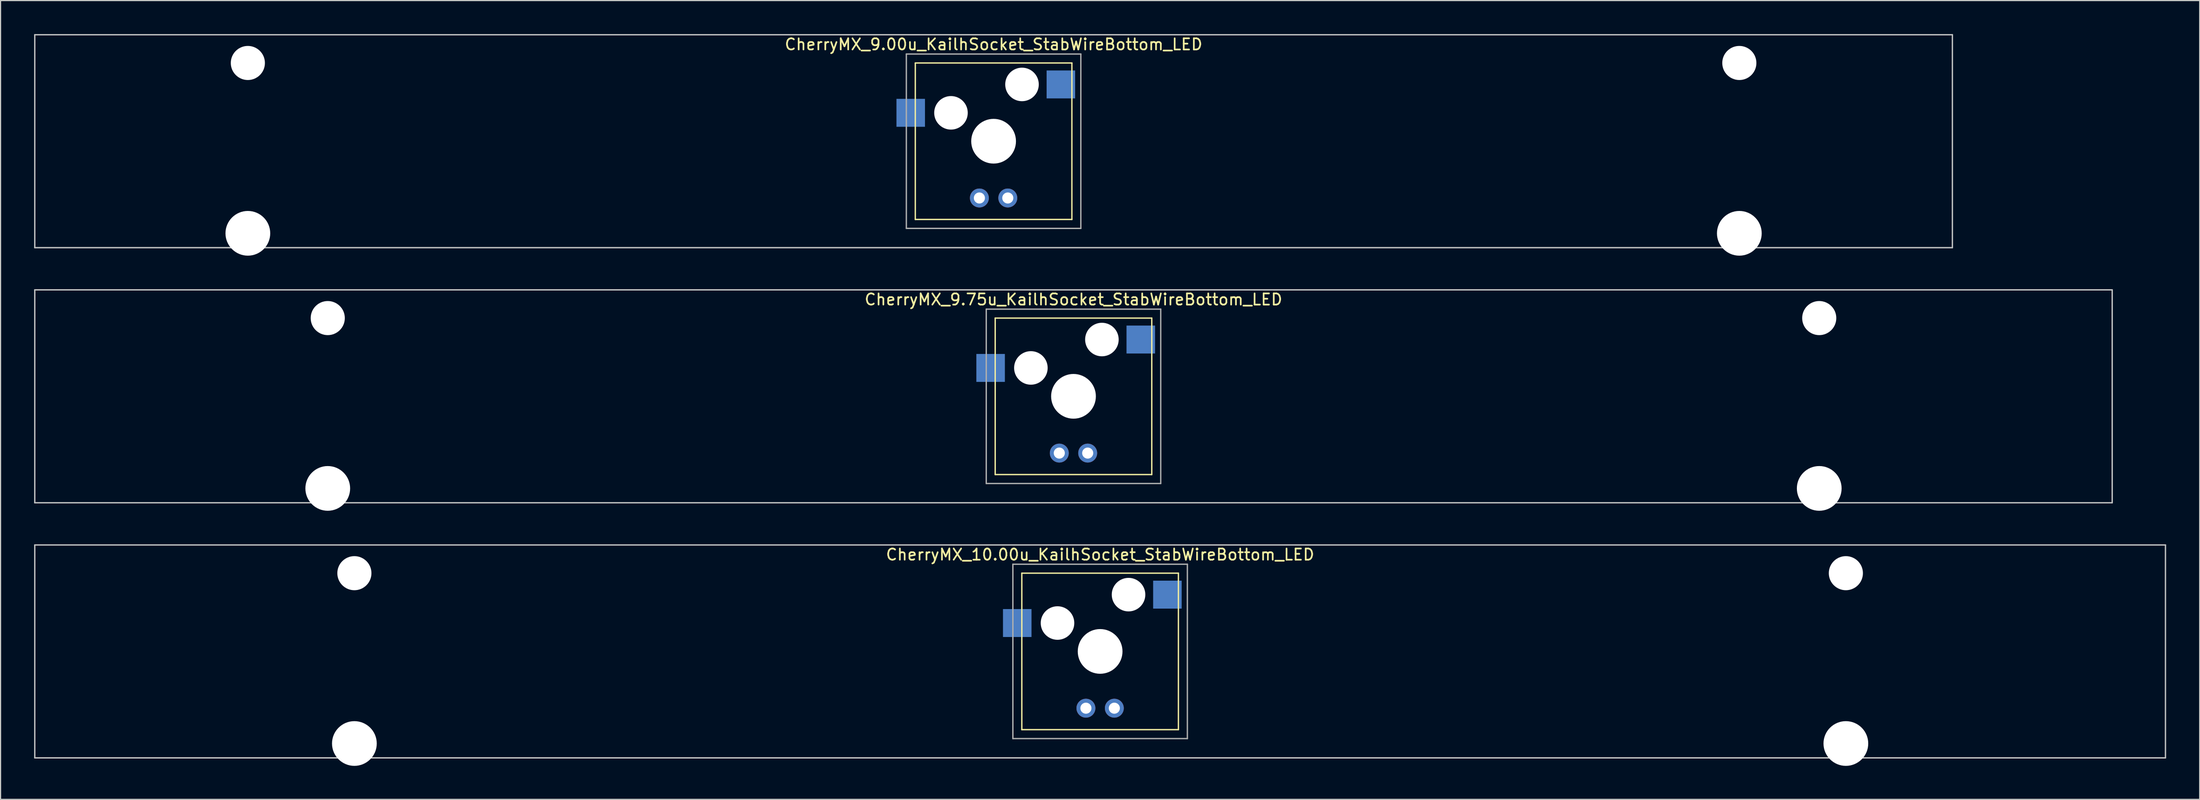
<source format=kicad_pcb>
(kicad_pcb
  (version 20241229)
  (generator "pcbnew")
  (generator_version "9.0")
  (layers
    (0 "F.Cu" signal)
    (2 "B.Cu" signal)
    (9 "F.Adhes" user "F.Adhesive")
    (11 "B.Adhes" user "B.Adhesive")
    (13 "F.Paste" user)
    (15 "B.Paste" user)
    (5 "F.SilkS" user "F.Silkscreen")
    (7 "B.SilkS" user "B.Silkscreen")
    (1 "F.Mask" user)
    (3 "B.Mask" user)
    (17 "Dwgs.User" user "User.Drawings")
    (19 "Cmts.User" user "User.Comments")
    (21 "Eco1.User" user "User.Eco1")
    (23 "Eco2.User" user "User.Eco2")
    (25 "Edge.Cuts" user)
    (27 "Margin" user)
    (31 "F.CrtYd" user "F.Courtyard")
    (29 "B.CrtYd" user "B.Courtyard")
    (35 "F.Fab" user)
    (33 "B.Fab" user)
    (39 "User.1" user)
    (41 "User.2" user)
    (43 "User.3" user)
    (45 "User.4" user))
  (footprint "CherryMX_10.00u_KailhSocket_StabWireBottom_LED"
    (layer "F.Cu")
    (at 95.31 55.235)
    (property "Reference" "CherryMX_10.00u_KailhSocket_StabWireBottom_LED" (at 0 -8.662 0) (layer "F.SilkS") (effects (font (size 1 1) (thickness 0.15))))
    (attr through_hole)
    (fp_line (start -7 -7) (end -7 7) (stroke (width 0.12) (type solid)) (layer "F.SilkS"))
    (fp_line (start -7 -7) (end 7 -7) (stroke (width 0.12) (type solid)) (layer "F.SilkS"))
    (fp_line (start 7 -7) (end 7 7) (stroke (width 0.12) (type solid)) (layer "F.SilkS"))
    (fp_line (start 7 7) (end -7 7) (stroke (width 0.12) (type solid)) (layer "F.SilkS"))
    (fp_line (start -95.25 -9.525) (end 95.25 -9.525) (stroke (width 0.12) (type solid)) (layer "Dwgs.User"))
    (fp_line (start -95.25 9.525) (end -95.25 -9.525) (stroke (width 0.12) (type solid)) (layer "Dwgs.User"))
    (fp_line (start 95.25 -9.525) (end 95.25 9.525) (stroke (width 0.12) (type solid)) (layer "Dwgs.User"))
    (fp_line (start 95.25 9.525) (end -95.25 9.525) (stroke (width 0.12) (type solid)) (layer "Dwgs.User"))
    (fp_line (start -7.8 -7.8) (end -7.8 7.8) (stroke (width 0.12) (type solid)) (layer "F.Fab"))
    (fp_line (start -7.8 -7.8) (end 7.8 -7.8) (stroke (width 0.12) (type solid)) (layer "F.Fab"))
    (fp_line (start -7.8 7.8) (end 7.8 7.8) (stroke (width 0.12) (type solid)) (layer "F.Fab"))
    (fp_line (start 7.8 -7.8) (end 7.8 7.8) (stroke (width 0.12) (type solid)) (layer "F.Fab"))
    (pad "" np_thru_hole circle (at -66.675 -7) (size 3.05 3.05) (drill 3.05) (layers "*.Cu" "*.Mask"))
    (pad "" np_thru_hole circle (at -66.675 8.24) (size 4 4) (drill 4) (layers "*.Cu" "*.Mask"))
    (pad "" np_thru_hole circle (at -3.81 -2.54) (size 3 3) (drill 3) (layers "*.Cu" "*.Mask"))
    (pad "" np_thru_hole circle (at 0 0) (size 4 4) (drill 4) (layers "*.Cu" "*.Mask"))
    (pad "" np_thru_hole circle (at 2.54 -5.08) (size 3 3) (drill 3) (layers "*.Cu" "*.Mask"))
    (pad "" np_thru_hole circle (at 66.675 -7) (size 3.05 3.05) (drill 3.05) (layers "*.Cu" "*.Mask"))
    (pad "" np_thru_hole circle (at 66.675 8.24) (size 4 4) (drill 4) (layers "*.Cu" "*.Mask"))
    (pad "1" smd rect (at -7.41 -2.54) (size 2.55 2.5) (layers "B.Cu" "B.Mask" "B.Paste"))
    (pad "2" smd rect (at 6.015 -5.08) (size 2.55 2.5) (layers "B.Cu" "B.Mask" "B.Paste"))
    (pad "3" thru_hole circle (at -1.27 5.08) (size 1.691 1.691) (drill 0.991) (layers "*.Cu" "*.Mask"))
    (pad "4" thru_hole circle (at 1.27 5.08) (size 1.691 1.691) (drill 0.991) (layers "*.Cu" "*.Mask")))
  (footprint "CherryMX_9.75u_KailhSocket_StabWireBottom_LED"
    (layer "F.Cu")
    (at 92.929 32.41)
    (property "Reference" "CherryMX_9.75u_KailhSocket_StabWireBottom_LED" (at 0 -8.662 0) (layer "F.SilkS") (effects (font (size 1 1) (thickness 0.15))))
    (attr through_hole)
    (fp_line (start -7 -7) (end -7 7) (stroke (width 0.12) (type solid)) (layer "F.SilkS"))
    (fp_line (start -7 -7) (end 7 -7) (stroke (width 0.12) (type solid)) (layer "F.SilkS"))
    (fp_line (start 7 -7) (end 7 7) (stroke (width 0.12) (type solid)) (layer "F.SilkS"))
    (fp_line (start 7 7) (end -7 7) (stroke (width 0.12) (type solid)) (layer "F.SilkS"))
    (fp_line (start -92.869 -9.525) (end 92.869 -9.525) (stroke (width 0.12) (type solid)) (layer "Dwgs.User"))
    (fp_line (start -92.869 9.525) (end -92.869 -9.525) (stroke (width 0.12) (type solid)) (layer "Dwgs.User"))
    (fp_line (start 92.869 -9.525) (end 92.869 9.525) (stroke (width 0.12) (type solid)) (layer "Dwgs.User"))
    (fp_line (start 92.869 9.525) (end -92.869 9.525) (stroke (width 0.12) (type solid)) (layer "Dwgs.User"))
    (fp_line (start -7.8 -7.8) (end -7.8 7.8) (stroke (width 0.12) (type solid)) (layer "F.Fab"))
    (fp_line (start -7.8 -7.8) (end 7.8 -7.8) (stroke (width 0.12) (type solid)) (layer "F.Fab"))
    (fp_line (start -7.8 7.8) (end 7.8 7.8) (stroke (width 0.12) (type solid)) (layer "F.Fab"))
    (fp_line (start 7.8 -7.8) (end 7.8 7.8) (stroke (width 0.12) (type solid)) (layer "F.Fab"))
    (pad "" np_thru_hole circle (at -66.675 -7) (size 3.05 3.05) (drill 3.05) (layers "*.Cu" "*.Mask"))
    (pad "" np_thru_hole circle (at -66.675 8.24) (size 4 4) (drill 4) (layers "*.Cu" "*.Mask"))
    (pad "" np_thru_hole circle (at -3.81 -2.54) (size 3 3) (drill 3) (layers "*.Cu" "*.Mask"))
    (pad "" np_thru_hole circle (at 0 0) (size 4 4) (drill 4) (layers "*.Cu" "*.Mask"))
    (pad "" np_thru_hole circle (at 2.54 -5.08) (size 3 3) (drill 3) (layers "*.Cu" "*.Mask"))
    (pad "" np_thru_hole circle (at 66.675 -7) (size 3.05 3.05) (drill 3.05) (layers "*.Cu" "*.Mask"))
    (pad "" np_thru_hole circle (at 66.675 8.24) (size 4 4) (drill 4) (layers "*.Cu" "*.Mask"))
    (pad "1" smd rect (at -7.41 -2.54) (size 2.55 2.5) (layers "B.Cu" "B.Mask" "B.Paste"))
    (pad "2" smd rect (at 6.015 -5.08) (size 2.55 2.5) (layers "B.Cu" "B.Mask" "B.Paste"))
    (pad "3" thru_hole circle (at -1.27 5.08) (size 1.691 1.691) (drill 0.991) (layers "*.Cu" "*.Mask"))
    (pad "4" thru_hole circle (at 1.27 5.08) (size 1.691 1.691) (drill 0.991) (layers "*.Cu" "*.Mask")))
  (footprint "CherryMX_9.00u_KailhSocket_StabWireBottom_LED"
    (layer "F.Cu")
    (at 85.785 9.585)
    (property "Reference" "CherryMX_9.00u_KailhSocket_StabWireBottom_LED" (at 0 -8.662 0) (layer "F.SilkS") (effects (font (size 1 1) (thickness 0.15))))
    (attr through_hole)
    (fp_line (start -7 -7) (end -7 7) (stroke (width 0.12) (type solid)) (layer "F.SilkS"))
    (fp_line (start -7 -7) (end 7 -7) (stroke (width 0.12) (type solid)) (layer "F.SilkS"))
    (fp_line (start 7 -7) (end 7 7) (stroke (width 0.12) (type solid)) (layer "F.SilkS"))
    (fp_line (start 7 7) (end -7 7) (stroke (width 0.12) (type solid)) (layer "F.SilkS"))
    (fp_line (start -85.725 -9.525) (end 85.725 -9.525) (stroke (width 0.12) (type solid)) (layer "Dwgs.User"))
    (fp_line (start -85.725 9.525) (end -85.725 -9.525) (stroke (width 0.12) (type solid)) (layer "Dwgs.User"))
    (fp_line (start 85.725 -9.525) (end 85.725 9.525) (stroke (width 0.12) (type solid)) (layer "Dwgs.User"))
    (fp_line (start 85.725 9.525) (end -85.725 9.525) (stroke (width 0.12) (type solid)) (layer "Dwgs.User"))
    (fp_line (start -7.8 -7.8) (end -7.8 7.8) (stroke (width 0.12) (type solid)) (layer "F.Fab"))
    (fp_line (start -7.8 -7.8) (end 7.8 -7.8) (stroke (width 0.12) (type solid)) (layer "F.Fab"))
    (fp_line (start -7.8 7.8) (end 7.8 7.8) (stroke (width 0.12) (type solid)) (layer "F.Fab"))
    (fp_line (start 7.8 -7.8) (end 7.8 7.8) (stroke (width 0.12) (type solid)) (layer "F.Fab"))
    (pad "" np_thru_hole circle (at -66.675 -7) (size 3.05 3.05) (drill 3.05) (layers "*.Cu" "*.Mask"))
    (pad "" np_thru_hole circle (at -66.675 8.24) (size 4 4) (drill 4) (layers "*.Cu" "*.Mask"))
    (pad "" np_thru_hole circle (at -3.81 -2.54) (size 3 3) (drill 3) (layers "*.Cu" "*.Mask"))
    (pad "" np_thru_hole circle (at 0 0) (size 4 4) (drill 4) (layers "*.Cu" "*.Mask"))
    (pad "" np_thru_hole circle (at 2.54 -5.08) (size 3 3) (drill 3) (layers "*.Cu" "*.Mask"))
    (pad "" np_thru_hole circle (at 66.675 -7) (size 3.05 3.05) (drill 3.05) (layers "*.Cu" "*.Mask"))
    (pad "" np_thru_hole circle (at 66.675 8.24) (size 4 4) (drill 4) (layers "*.Cu" "*.Mask"))
    (pad "1" smd rect (at -7.41 -2.54) (size 2.55 2.5) (layers "B.Cu" "B.Mask" "B.Paste"))
    (pad "2" smd rect (at 6.015 -5.08) (size 2.55 2.5) (layers "B.Cu" "B.Mask" "B.Paste"))
    (pad "3" thru_hole circle (at -1.27 5.08) (size 1.691 1.691) (drill 0.991) (layers "*.Cu" "*.Mask"))
    (pad "4" thru_hole circle (at 1.27 5.08) (size 1.691 1.691) (drill 0.991) (layers "*.Cu" "*.Mask")))
  (gr_rect
    (start -3 -3)
    (end 193.62 68.475)
    (stroke (width 0.1) (type default))
    (fill no)
    (layer "Edge.Cuts")))
</source>
